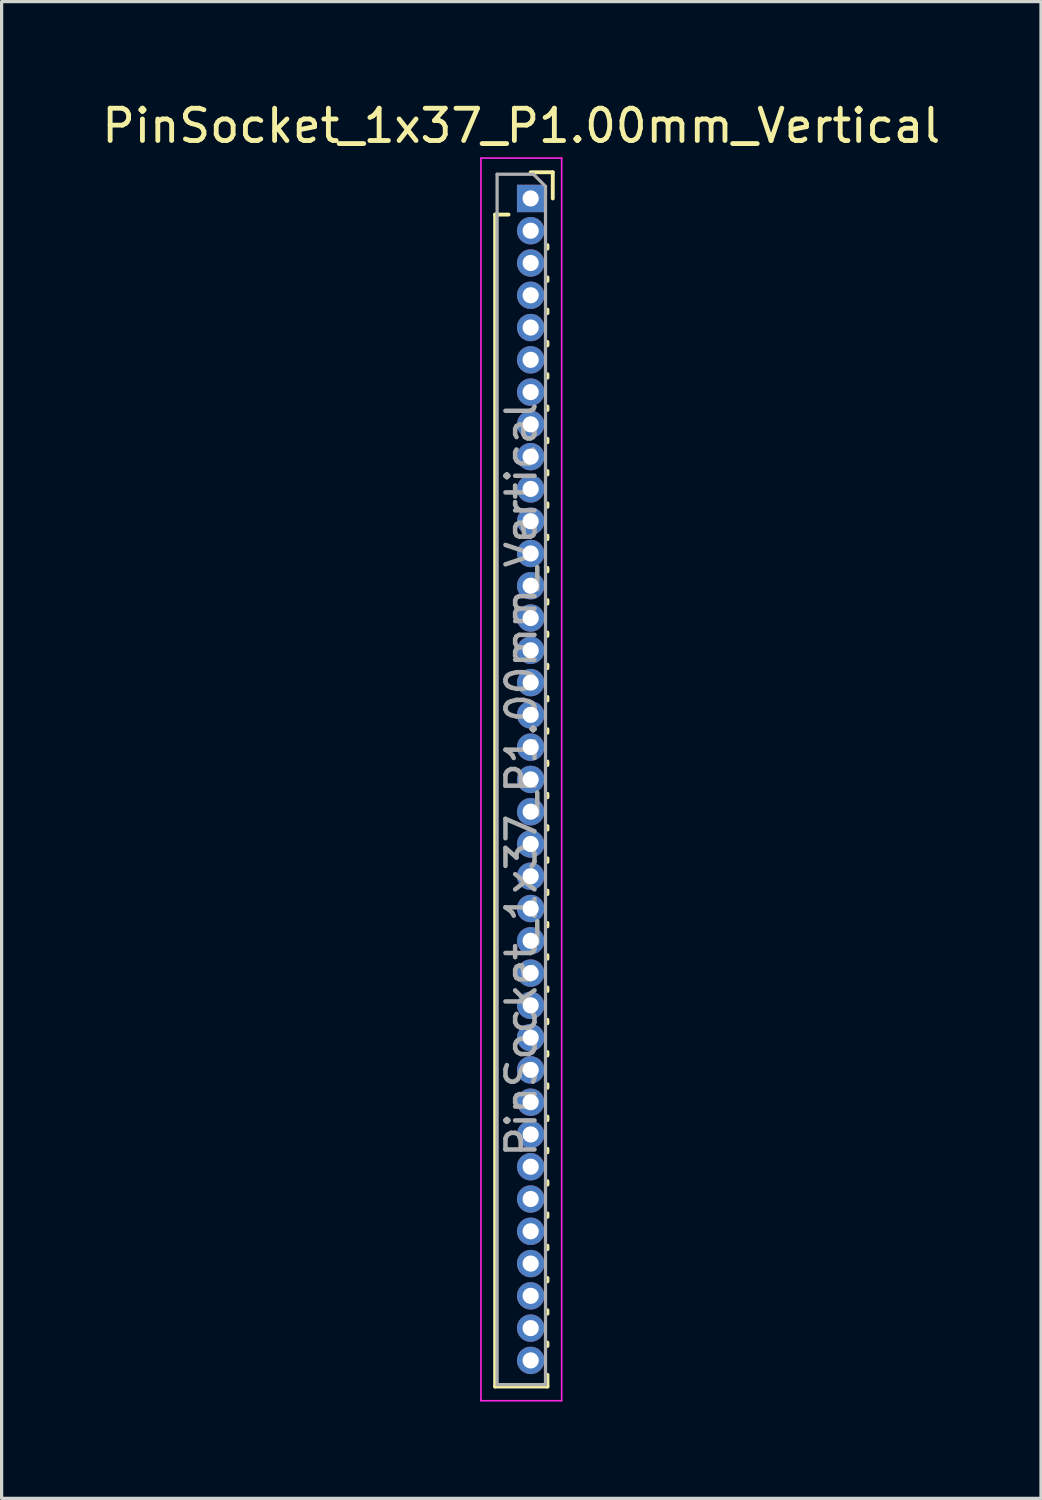
<source format=kicad_pcb>
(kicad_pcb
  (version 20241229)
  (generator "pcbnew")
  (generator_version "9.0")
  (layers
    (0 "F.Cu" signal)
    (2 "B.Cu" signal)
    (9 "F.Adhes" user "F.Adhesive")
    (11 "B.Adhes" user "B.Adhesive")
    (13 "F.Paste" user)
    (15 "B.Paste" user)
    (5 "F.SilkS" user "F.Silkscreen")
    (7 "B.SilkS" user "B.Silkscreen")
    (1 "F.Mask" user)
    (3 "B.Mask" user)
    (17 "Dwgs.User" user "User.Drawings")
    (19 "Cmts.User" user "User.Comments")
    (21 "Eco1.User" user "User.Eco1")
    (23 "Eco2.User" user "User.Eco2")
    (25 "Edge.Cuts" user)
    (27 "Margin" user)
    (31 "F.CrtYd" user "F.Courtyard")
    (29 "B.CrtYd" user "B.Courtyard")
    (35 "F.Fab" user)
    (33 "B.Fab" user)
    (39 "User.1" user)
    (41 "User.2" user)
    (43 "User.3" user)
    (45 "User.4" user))
  (footprint "PinSocket_1x37_P1.00mm_Vertical"
    (layer "F.Cu")
    (at 13.391 3.098)
    (property "Reference" "PinSocket_1x37_P1.00mm_Vertical" (at -0.29 -2.25 0) (layer "F.SilkS") (effects (font (size 1 1) (thickness 0.15))))
    (attr through_hole)
    (fp_line (start -1.1 0.5) (end -1.1 36.81) (stroke (width 0.12) (type solid)) (layer "F.SilkS"))
    (fp_line (start -1.1 0.5) (end -0.685 0.5) (stroke (width 0.12) (type solid)) (layer "F.SilkS"))
    (fp_line (start -1.1 36.81) (end 0.52 36.81) (stroke (width 0.12) (type solid)) (layer "F.SilkS"))
    (fp_line (start 0 -0.81) (end 0.685 -0.81) (stroke (width 0.12) (type solid)) (layer "F.SilkS"))
    (fp_line (start 0.52 1.446) (end 0.52 1.554) (stroke (width 0.12) (type solid)) (layer "F.SilkS"))
    (fp_line (start 0.52 2.446) (end 0.52 2.554) (stroke (width 0.12) (type solid)) (layer "F.SilkS"))
    (fp_line (start 0.52 3.446) (end 0.52 3.554) (stroke (width 0.12) (type solid)) (layer "F.SilkS"))
    (fp_line (start 0.52 4.446) (end 0.52 4.554) (stroke (width 0.12) (type solid)) (layer "F.SilkS"))
    (fp_line (start 0.52 5.446) (end 0.52 5.554) (stroke (width 0.12) (type solid)) (layer "F.SilkS"))
    (fp_line (start 0.52 6.446) (end 0.52 6.554) (stroke (width 0.12) (type solid)) (layer "F.SilkS"))
    (fp_line (start 0.52 7.446) (end 0.52 7.554) (stroke (width 0.12) (type solid)) (layer "F.SilkS"))
    (fp_line (start 0.52 8.446) (end 0.52 8.554) (stroke (width 0.12) (type solid)) (layer "F.SilkS"))
    (fp_line (start 0.52 9.446) (end 0.52 9.554) (stroke (width 0.12) (type solid)) (layer "F.SilkS"))
    (fp_line (start 0.52 10.446) (end 0.52 10.554) (stroke (width 0.12) (type solid)) (layer "F.SilkS"))
    (fp_line (start 0.52 11.446) (end 0.52 11.554) (stroke (width 0.12) (type solid)) (layer "F.SilkS"))
    (fp_line (start 0.52 12.446) (end 0.52 12.554) (stroke (width 0.12) (type solid)) (layer "F.SilkS"))
    (fp_line (start 0.52 13.446) (end 0.52 13.554) (stroke (width 0.12) (type solid)) (layer "F.SilkS"))
    (fp_line (start 0.52 14.446) (end 0.52 14.554) (stroke (width 0.12) (type solid)) (layer "F.SilkS"))
    (fp_line (start 0.52 15.446) (end 0.52 15.554) (stroke (width 0.12) (type solid)) (layer "F.SilkS"))
    (fp_line (start 0.52 16.446) (end 0.52 16.554) (stroke (width 0.12) (type solid)) (layer "F.SilkS"))
    (fp_line (start 0.52 17.446) (end 0.52 17.554) (stroke (width 0.12) (type solid)) (layer "F.SilkS"))
    (fp_line (start 0.52 18.446) (end 0.52 18.554) (stroke (width 0.12) (type solid)) (layer "F.SilkS"))
    (fp_line (start 0.52 19.446) (end 0.52 19.554) (stroke (width 0.12) (type solid)) (layer "F.SilkS"))
    (fp_line (start 0.52 20.446) (end 0.52 20.554) (stroke (width 0.12) (type solid)) (layer "F.SilkS"))
    (fp_line (start 0.52 21.446) (end 0.52 21.554) (stroke (width 0.12) (type solid)) (layer "F.SilkS"))
    (fp_line (start 0.52 22.446) (end 0.52 22.554) (stroke (width 0.12) (type solid)) (layer "F.SilkS"))
    (fp_line (start 0.52 23.446) (end 0.52 23.554) (stroke (width 0.12) (type solid)) (layer "F.SilkS"))
    (fp_line (start 0.52 24.446) (end 0.52 24.554) (stroke (width 0.12) (type solid)) (layer "F.SilkS"))
    (fp_line (start 0.52 25.446) (end 0.52 25.554) (stroke (width 0.12) (type solid)) (layer "F.SilkS"))
    (fp_line (start 0.52 26.446) (end 0.52 26.554) (stroke (width 0.12) (type solid)) (layer "F.SilkS"))
    (fp_line (start 0.52 27.446) (end 0.52 27.554) (stroke (width 0.12) (type solid)) (layer "F.SilkS"))
    (fp_line (start 0.52 28.446) (end 0.52 28.554) (stroke (width 0.12) (type solid)) (layer "F.SilkS"))
    (fp_line (start 0.52 29.446) (end 0.52 29.554) (stroke (width 0.12) (type solid)) (layer "F.SilkS"))
    (fp_line (start 0.52 30.446) (end 0.52 30.554) (stroke (width 0.12) (type solid)) (layer "F.SilkS"))
    (fp_line (start 0.52 31.446) (end 0.52 31.554) (stroke (width 0.12) (type solid)) (layer "F.SilkS"))
    (fp_line (start 0.52 32.446) (end 0.52 32.554) (stroke (width 0.12) (type solid)) (layer "F.SilkS"))
    (fp_line (start 0.52 33.446) (end 0.52 33.554) (stroke (width 0.12) (type solid)) (layer "F.SilkS"))
    (fp_line (start 0.52 34.446) (end 0.52 34.554) (stroke (width 0.12) (type solid)) (layer "F.SilkS"))
    (fp_line (start 0.52 35.446) (end 0.52 35.554) (stroke (width 0.12) (type solid)) (layer "F.SilkS"))
    (fp_line (start 0.52 36.446) (end 0.52 36.81) (stroke (width 0.12) (type solid)) (layer "F.SilkS"))
    (fp_line (start 0.685 -0.81) (end 0.685 0) (stroke (width 0.12) (type solid)) (layer "F.SilkS"))
    (fp_line (start -1.54 -1.25) (end 0.96 -1.25) (stroke (width 0.05) (type solid)) (layer "F.CrtYd"))
    (fp_line (start -1.54 37.25) (end -1.54 -1.25) (stroke (width 0.05) (type solid)) (layer "F.CrtYd"))
    (fp_line (start 0.96 -1.25) (end 0.96 37.25) (stroke (width 0.05) (type solid)) (layer "F.CrtYd"))
    (fp_line (start 0.96 37.25) (end -1.54 37.25) (stroke (width 0.05) (type solid)) (layer "F.CrtYd"))
    (fp_line (start -1.04 -0.75) (end 0.085 -0.75) (stroke (width 0.1) (type solid)) (layer "F.Fab"))
    (fp_line (start -1.04 36.75) (end -1.04 -0.75) (stroke (width 0.1) (type solid)) (layer "F.Fab"))
    (fp_line (start 0.085 -0.75) (end 0.46 -0.375) (stroke (width 0.1) (type solid)) (layer "F.Fab"))
    (fp_line (start 0.46 -0.375) (end 0.46 36.75) (stroke (width 0.1) (type solid)) (layer "F.Fab"))
    (fp_line (start 0.46 36.75) (end -1.04 36.75) (stroke (width 0.1) (type solid)) (layer "F.Fab"))
    (fp_text user "${REFERENCE}" (at -0.29 18 90) (layer "F.Fab") (effects (font (size 0.9 0.9) (thickness 0.14))))
    (pad "1" thru_hole rect (at 0 0) (size 0.85 0.85) (drill 0.5) (layers "*.Cu" "*.Mask"))
    (pad "2" thru_hole oval (at 0 1) (size 0.85 0.85) (drill 0.5) (layers "*.Cu" "*.Mask"))
    (pad "3" thru_hole oval (at 0 2) (size 0.85 0.85) (drill 0.5) (layers "*.Cu" "*.Mask"))
    (pad "4" thru_hole oval (at 0 3) (size 0.85 0.85) (drill 0.5) (layers "*.Cu" "*.Mask"))
    (pad "5" thru_hole oval (at 0 4) (size 0.85 0.85) (drill 0.5) (layers "*.Cu" "*.Mask"))
    (pad "6" thru_hole oval (at 0 5) (size 0.85 0.85) (drill 0.5) (layers "*.Cu" "*.Mask"))
    (pad "7" thru_hole oval (at 0 6) (size 0.85 0.85) (drill 0.5) (layers "*.Cu" "*.Mask"))
    (pad "8" thru_hole oval (at 0 7) (size 0.85 0.85) (drill 0.5) (layers "*.Cu" "*.Mask"))
    (pad "9" thru_hole oval (at 0 8) (size 0.85 0.85) (drill 0.5) (layers "*.Cu" "*.Mask"))
    (pad "10" thru_hole oval (at 0 9) (size 0.85 0.85) (drill 0.5) (layers "*.Cu" "*.Mask"))
    (pad "11" thru_hole oval (at 0 10) (size 0.85 0.85) (drill 0.5) (layers "*.Cu" "*.Mask"))
    (pad "12" thru_hole oval (at 0 11) (size 0.85 0.85) (drill 0.5) (layers "*.Cu" "*.Mask"))
    (pad "13" thru_hole oval (at 0 12) (size 0.85 0.85) (drill 0.5) (layers "*.Cu" "*.Mask"))
    (pad "14" thru_hole oval (at 0 13) (size 0.85 0.85) (drill 0.5) (layers "*.Cu" "*.Mask"))
    (pad "15" thru_hole oval (at 0 14) (size 0.85 0.85) (drill 0.5) (layers "*.Cu" "*.Mask"))
    (pad "16" thru_hole oval (at 0 15) (size 0.85 0.85) (drill 0.5) (layers "*.Cu" "*.Mask"))
    (pad "17" thru_hole oval (at 0 16) (size 0.85 0.85) (drill 0.5) (layers "*.Cu" "*.Mask"))
    (pad "18" thru_hole oval (at 0 17) (size 0.85 0.85) (drill 0.5) (layers "*.Cu" "*.Mask"))
    (pad "19" thru_hole oval (at 0 18) (size 0.85 0.85) (drill 0.5) (layers "*.Cu" "*.Mask"))
    (pad "20" thru_hole oval (at 0 19) (size 0.85 0.85) (drill 0.5) (layers "*.Cu" "*.Mask"))
    (pad "21" thru_hole oval (at 0 20) (size 0.85 0.85) (drill 0.5) (layers "*.Cu" "*.Mask"))
    (pad "22" thru_hole oval (at 0 21) (size 0.85 0.85) (drill 0.5) (layers "*.Cu" "*.Mask"))
    (pad "23" thru_hole oval (at 0 22) (size 0.85 0.85) (drill 0.5) (layers "*.Cu" "*.Mask"))
    (pad "24" thru_hole oval (at 0 23) (size 0.85 0.85) (drill 0.5) (layers "*.Cu" "*.Mask"))
    (pad "25" thru_hole oval (at 0 24) (size 0.85 0.85) (drill 0.5) (layers "*.Cu" "*.Mask"))
    (pad "26" thru_hole oval (at 0 25) (size 0.85 0.85) (drill 0.5) (layers "*.Cu" "*.Mask"))
    (pad "27" thru_hole oval (at 0 26) (size 0.85 0.85) (drill 0.5) (layers "*.Cu" "*.Mask"))
    (pad "28" thru_hole oval (at 0 27) (size 0.85 0.85) (drill 0.5) (layers "*.Cu" "*.Mask"))
    (pad "29" thru_hole oval (at 0 28) (size 0.85 0.85) (drill 0.5) (layers "*.Cu" "*.Mask"))
    (pad "30" thru_hole oval (at 0 29) (size 0.85 0.85) (drill 0.5) (layers "*.Cu" "*.Mask"))
    (pad "31" thru_hole oval (at 0 30) (size 0.85 0.85) (drill 0.5) (layers "*.Cu" "*.Mask"))
    (pad "32" thru_hole oval (at 0 31) (size 0.85 0.85) (drill 0.5) (layers "*.Cu" "*.Mask"))
    (pad "33" thru_hole oval (at 0 32) (size 0.85 0.85) (drill 0.5) (layers "*.Cu" "*.Mask"))
    (pad "34" thru_hole oval (at 0 33) (size 0.85 0.85) (drill 0.5) (layers "*.Cu" "*.Mask"))
    (pad "35" thru_hole oval (at 0 34) (size 0.85 0.85) (drill 0.5) (layers "*.Cu" "*.Mask"))
    (pad "36" thru_hole oval (at 0 35) (size 0.85 0.85) (drill 0.5) (layers "*.Cu" "*.Mask"))
    (pad "37" thru_hole oval (at 0 36) (size 0.85 0.85) (drill 0.5) (layers "*.Cu" "*.Mask")))
  (gr_rect
    (start -3 -3)
    (end 29.202 43.373)
    (stroke (width 0.1) (type default))
    (fill no)
    (layer "Edge.Cuts")))
</source>
